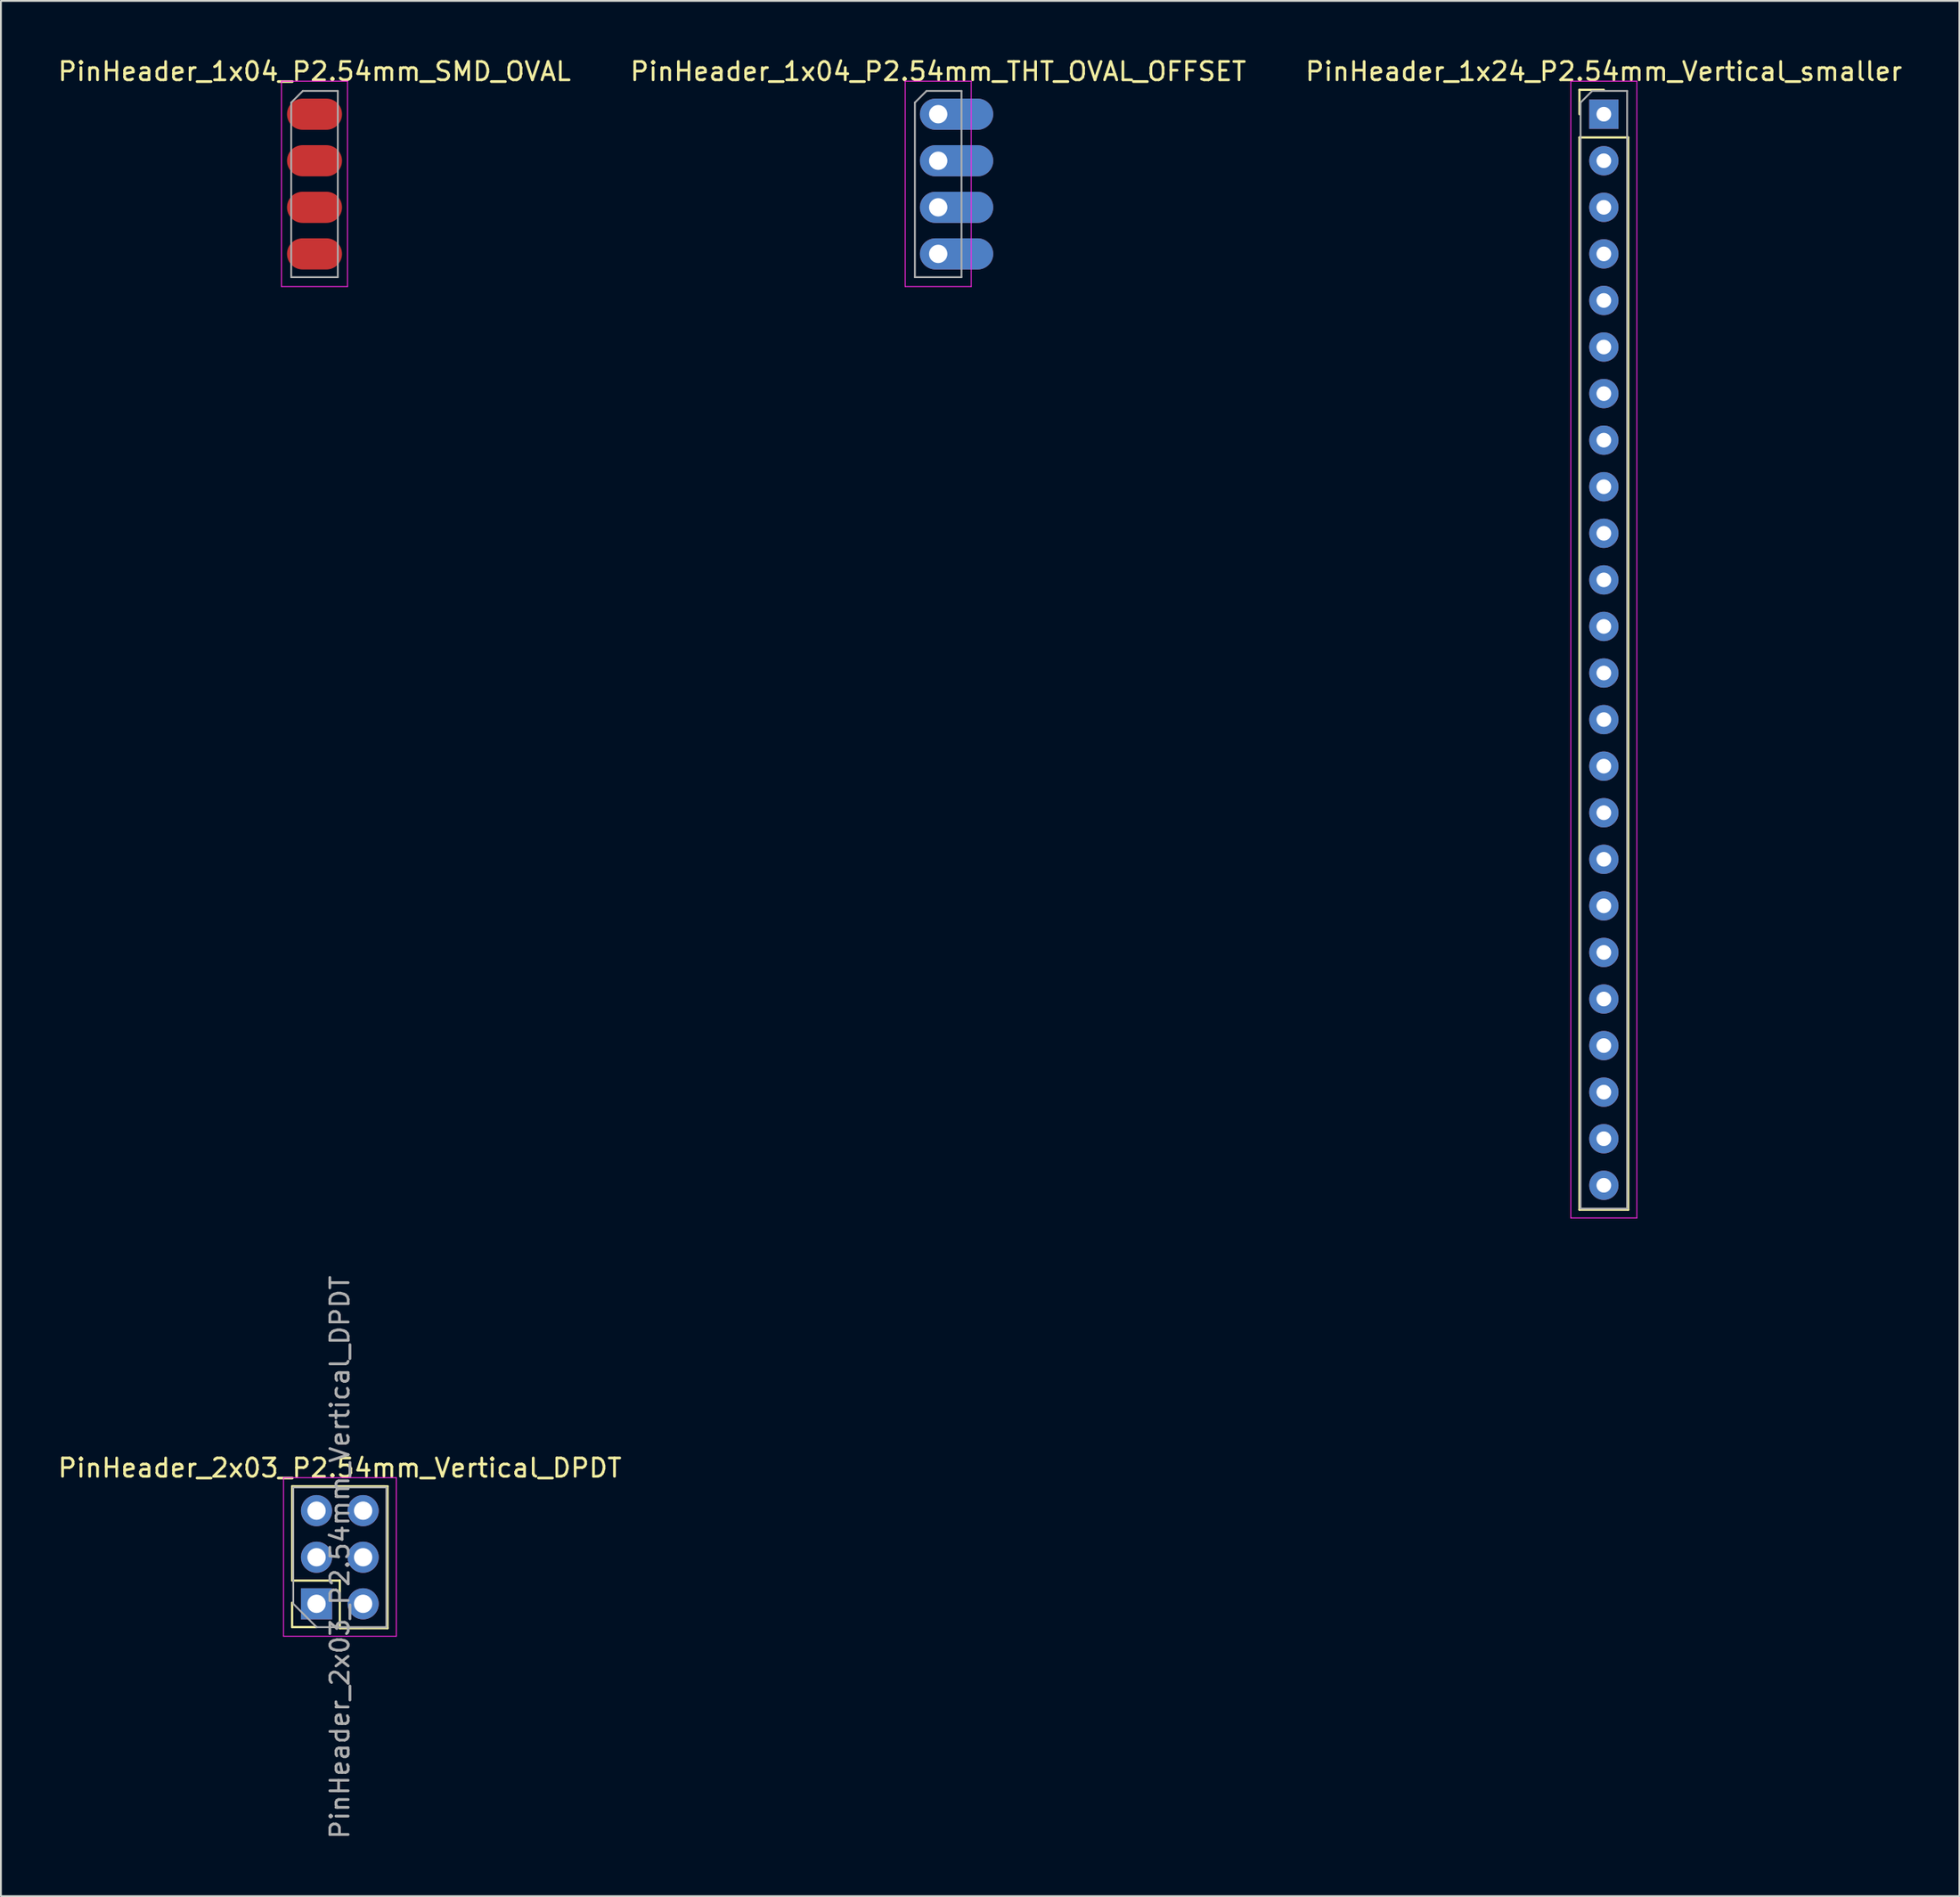
<source format=kicad_pcb>
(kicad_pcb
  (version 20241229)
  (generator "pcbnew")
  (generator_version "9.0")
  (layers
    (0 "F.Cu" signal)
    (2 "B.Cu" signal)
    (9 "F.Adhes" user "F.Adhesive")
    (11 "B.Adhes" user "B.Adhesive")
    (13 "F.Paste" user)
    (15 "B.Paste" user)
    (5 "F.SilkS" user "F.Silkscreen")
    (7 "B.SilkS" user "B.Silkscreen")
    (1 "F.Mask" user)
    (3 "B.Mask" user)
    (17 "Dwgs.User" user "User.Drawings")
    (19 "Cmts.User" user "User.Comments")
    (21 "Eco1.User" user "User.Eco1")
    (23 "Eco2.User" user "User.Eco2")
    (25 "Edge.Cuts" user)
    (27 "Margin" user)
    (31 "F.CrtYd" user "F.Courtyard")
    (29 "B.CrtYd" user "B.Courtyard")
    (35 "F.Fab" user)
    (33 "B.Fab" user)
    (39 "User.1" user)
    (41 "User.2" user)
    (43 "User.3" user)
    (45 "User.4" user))
  (footprint "PinHeader_1x24_P2.54mm_Vertical_smaller"
    (layer "F.Cu")
    (at 84.411 3.178)
    (property "Reference" "PinHeader_1x24_P2.54mm_Vertical_smaller" (at 0 -2.33 180) (layer "F.SilkS") (effects (font (size 1 1) (thickness 0.15))))
    (attr through_hole)
    (fp_line (start -1.33 -1.33) (end 0 -1.33) (stroke (width 0.12) (type solid)) (layer "F.SilkS"))
    (fp_line (start -1.33 0) (end -1.33 -1.33) (stroke (width 0.12) (type solid)) (layer "F.SilkS"))
    (fp_line (start -1.33 1.27) (end -1.33 59.75) (stroke (width 0.12) (type solid)) (layer "F.SilkS"))
    (fp_line (start -1.33 1.27) (end 1.33 1.27) (stroke (width 0.12) (type solid)) (layer "F.SilkS"))
    (fp_line (start -1.33 59.75) (end 1.33 59.75) (stroke (width 0.12) (type solid)) (layer "F.SilkS"))
    (fp_line (start 1.33 1.27) (end 1.33 59.75) (stroke (width 0.12) (type solid)) (layer "F.SilkS"))
    (fp_line (start -1.8 -1.8) (end -1.8 60.2) (stroke (width 0.05) (type solid)) (layer "F.CrtYd"))
    (fp_line (start -1.8 60.2) (end 1.8 60.2) (stroke (width 0.05) (type solid)) (layer "F.CrtYd"))
    (fp_line (start 1.8 -1.8) (end -1.8 -1.8) (stroke (width 0.05) (type solid)) (layer "F.CrtYd"))
    (fp_line (start 1.8 60.2) (end 1.8 -1.8) (stroke (width 0.05) (type solid)) (layer "F.CrtYd"))
    (fp_line (start -1.27 -0.635) (end -0.635 -1.27) (stroke (width 0.1) (type solid)) (layer "F.Fab"))
    (fp_line (start -1.27 59.69) (end -1.27 -0.635) (stroke (width 0.1) (type solid)) (layer "F.Fab"))
    (fp_line (start -0.635 -1.27) (end 1.27 -1.27) (stroke (width 0.1) (type solid)) (layer "F.Fab"))
    (fp_line (start 1.27 -1.27) (end 1.27 59.69) (stroke (width 0.1) (type solid)) (layer "F.Fab"))
    (fp_line (start 1.27 59.69) (end -1.27 59.69) (stroke (width 0.1) (type solid)) (layer "F.Fab"))
    (pad "1" thru_hole rect (at 0 0) (size 1.6 1.6) (drill 0.8) (layers "*.Cu" "*.Mask"))
    (pad "2" thru_hole oval (at 0 2.54) (size 1.6 1.6) (drill 0.8) (layers "*.Cu" "*.Mask"))
    (pad "3" thru_hole oval (at 0 5.08) (size 1.6 1.6) (drill 0.8) (layers "*.Cu" "*.Mask"))
    (pad "4" thru_hole oval (at 0 7.62) (size 1.6 1.6) (drill 0.8) (layers "*.Cu" "*.Mask"))
    (pad "5" thru_hole oval (at 0 10.16) (size 1.6 1.6) (drill 0.8) (layers "*.Cu" "*.Mask"))
    (pad "6" thru_hole oval (at 0 12.7) (size 1.6 1.6) (drill 0.8) (layers "*.Cu" "*.Mask"))
    (pad "7" thru_hole oval (at 0 15.24) (size 1.6 1.6) (drill 0.8) (layers "*.Cu" "*.Mask"))
    (pad "8" thru_hole oval (at 0 17.78) (size 1.6 1.6) (drill 0.8) (layers "*.Cu" "*.Mask"))
    (pad "9" thru_hole oval (at 0 20.32) (size 1.6 1.6) (drill 0.8) (layers "*.Cu" "*.Mask"))
    (pad "10" thru_hole oval (at 0 22.86) (size 1.6 1.6) (drill 0.8) (layers "*.Cu" "*.Mask"))
    (pad "11" thru_hole oval (at 0 25.4) (size 1.6 1.6) (drill 0.8) (layers "*.Cu" "*.Mask"))
    (pad "12" thru_hole oval (at 0 27.94) (size 1.6 1.6) (drill 0.8) (layers "*.Cu" "*.Mask"))
    (pad "13" thru_hole oval (at 0 30.48) (size 1.6 1.6) (drill 0.8) (layers "*.Cu" "*.Mask"))
    (pad "14" thru_hole oval (at 0 33.02) (size 1.6 1.6) (drill 0.8) (layers "*.Cu" "*.Mask"))
    (pad "15" thru_hole oval (at 0 35.56) (size 1.6 1.6) (drill 0.8) (layers "*.Cu" "*.Mask"))
    (pad "16" thru_hole oval (at 0 38.1) (size 1.6 1.6) (drill 0.8) (layers "*.Cu" "*.Mask"))
    (pad "17" thru_hole oval (at 0 40.64) (size 1.6 1.6) (drill 0.8) (layers "*.Cu" "*.Mask"))
    (pad "18" thru_hole oval (at 0 43.18) (size 1.6 1.6) (drill 0.8) (layers "*.Cu" "*.Mask"))
    (pad "19" thru_hole oval (at 0 45.72) (size 1.6 1.6) (drill 0.8) (layers "*.Cu" "*.Mask"))
    (pad "20" thru_hole oval (at 0 48.26) (size 1.6 1.6) (drill 0.8) (layers "*.Cu" "*.Mask"))
    (pad "21" thru_hole oval (at 0 50.8) (size 1.6 1.6) (drill 0.8) (layers "*.Cu" "*.Mask"))
    (pad "22" thru_hole oval (at 0 53.34) (size 1.6 1.6) (drill 0.8) (layers "*.Cu" "*.Mask"))
    (pad "23" thru_hole oval (at 0 55.88) (size 1.6 1.6) (drill 0.8) (layers "*.Cu" "*.Mask"))
    (pad "24" thru_hole oval (at 0 58.42) (size 1.6 1.6) (drill 0.8) (layers "*.Cu" "*.Mask")))
  (footprint "PinHeader_1x04_P2.54mm_SMD_OVAL"
    (layer "F.Cu")
    (at 14.101 3.178)
    (property "Reference" "PinHeader_1x04_P2.54mm_SMD_OVAL" (at 0 -2.33 0) (layer "F.SilkS") (effects (font (size 1 1) (thickness 0.15))))
    (attr through_hole)
    (fp_line (start -1.8 -1.8) (end -1.8 9.4) (stroke (width 0.05) (type solid)) (layer "F.CrtYd"))
    (fp_line (start -1.8 9.4) (end 1.8 9.4) (stroke (width 0.05) (type solid)) (layer "F.CrtYd"))
    (fp_line (start 1.8 -1.8) (end -1.8 -1.8) (stroke (width 0.05) (type solid)) (layer "F.CrtYd"))
    (fp_line (start 1.8 9.4) (end 1.8 -1.8) (stroke (width 0.05) (type solid)) (layer "F.CrtYd"))
    (fp_line (start -1.27 -0.635) (end -0.635 -1.27) (stroke (width 0.1) (type solid)) (layer "F.Fab"))
    (fp_line (start -1.27 8.89) (end -1.27 -0.635) (stroke (width 0.1) (type solid)) (layer "F.Fab"))
    (fp_line (start -0.635 -1.27) (end 1.27 -1.27) (stroke (width 0.1) (type solid)) (layer "F.Fab"))
    (fp_line (start 1.27 -1.27) (end 1.27 8.89) (stroke (width 0.1) (type solid)) (layer "F.Fab"))
    (fp_line (start 1.27 8.89) (end -1.27 8.89) (stroke (width 0.1) (type solid)) (layer "F.Fab"))
    (pad "1" smd oval (at 0 0) (size 3 1.7) (layers "F.Cu" "F.Mask" "F.Paste"))
    (pad "2" smd oval (at 0 2.54) (size 3 1.7) (layers "F.Cu" "F.Mask" "F.Paste"))
    (pad "3" smd oval (at 0 5.08) (size 3 1.7) (layers "F.Cu" "F.Mask" "F.Paste"))
    (pad "4" smd oval (at 0 7.62) (size 3 1.7) (layers "F.Cu" "F.Mask" "F.Paste")))
  (footprint "PinHeader_2x03_P2.54mm_Vertical_DPDT"
    (layer "F.Cu")
    (at 14.212 79.345)
    (property "Reference" "PinHeader_2x03_P2.54mm_Vertical_DPDT" (at 1.27 -2.33 0) (layer "F.SilkS") (effects (font (size 1 1) (thickness 0.15))))
    (attr through_hole)
    (fp_line (start -1.333 6.35) (end -1.333 5.02) (stroke (width 0.12) (type solid)) (layer "F.SilkS"))
    (fp_line (start -1.33 -1.333) (end -1.33 3.807) (stroke (width 0.12) (type solid)) (layer "F.SilkS"))
    (fp_line (start -1.33 -1.333) (end 3.87 -1.33) (stroke (width 0.12) (type solid)) (layer "F.SilkS"))
    (fp_line (start -1.33 3.813) (end 1.27 3.813) (stroke (width 0.12) (type solid)) (layer "F.SilkS"))
    (fp_line (start -1.33 6.35) (end 0 6.35) (stroke (width 0.12) (type solid)) (layer "F.SilkS"))
    (fp_line (start 1.27 6.413) (end 1.27 3.813) (stroke (width 0.12) (type solid)) (layer "F.SilkS"))
    (fp_line (start 1.27 6.413) (end 3.87 6.41) (stroke (width 0.12) (type solid)) (layer "F.SilkS"))
    (fp_line (start 3.87 -1.33) (end 3.87 6.41) (stroke (width 0.12) (type solid)) (layer "F.SilkS"))
    (fp_line (start -1.8 -1.8) (end -1.8 6.85) (stroke (width 0.05) (type solid)) (layer "F.CrtYd"))
    (fp_line (start -1.8 6.85) (end 4.35 6.85) (stroke (width 0.05) (type solid)) (layer "F.CrtYd"))
    (fp_line (start 4.35 -1.8) (end -1.8 -1.8) (stroke (width 0.05) (type solid)) (layer "F.CrtYd"))
    (fp_line (start 4.35 6.85) (end 4.35 -1.8) (stroke (width 0.05) (type solid)) (layer "F.CrtYd"))
    (fp_line (start -1.27 -1.27) (end 3.81 -1.27) (stroke (width 0.1) (type solid)) (layer "F.Fab"))
    (fp_line (start -1.27 5.08) (end -1.27 -1.27) (stroke (width 0.1) (type solid)) (layer "F.Fab"))
    (fp_line (start 0 6.35) (end -1.27 5.08) (stroke (width 0.1) (type solid)) (layer "F.Fab"))
    (fp_line (start 3.81 -1.27) (end 3.81 6.35) (stroke (width 0.1) (type solid)) (layer "F.Fab"))
    (fp_line (start 3.81 6.35) (end 0 6.35) (stroke (width 0.1) (type solid)) (layer "F.Fab"))
    (fp_text user "${REFERENCE}" (at 1.27 2.54 90) (layer "F.Fab") (effects (font (size 1 1) (thickness 0.15))))
    (pad "1" thru_hole rect (at 0 5.08) (size 1.7 1.7) (drill 1) (layers "*.Cu" "*.Mask"))
    (pad "2" thru_hole oval (at 0 2.54) (size 1.7 1.7) (drill 1) (layers "*.Cu" "*.Mask"))
    (pad "3" thru_hole circle (at 0 0) (size 1.7 1.7) (drill 1) (layers "*.Cu" "*.Mask"))
    (pad "4" thru_hole oval (at 2.54 5.08) (size 1.7 1.7) (drill 1) (layers "*.Cu" "*.Mask"))
    (pad "5" thru_hole oval (at 2.54 2.54) (size 1.7 1.7) (drill 1) (layers "*.Cu" "*.Mask"))
    (pad "6" thru_hole oval (at 2.54 0) (size 1.7 1.7) (drill 1) (layers "*.Cu" "*.Mask")))
  (footprint "PinHeader_1x04_P2.54mm_THT_OVAL_OFFSET"
    (layer "F.Cu")
    (at 48.113 3.178)
    (property "Reference" "PinHeader_1x04_P2.54mm_THT_OVAL_OFFSET" (at 0 -2.33 0) (layer "F.SilkS") (effects (font (size 1 1) (thickness 0.15))))
    (attr through_hole)
    (fp_line (start -1.8 -1.8) (end -1.8 9.4) (stroke (width 0.05) (type solid)) (layer "F.CrtYd"))
    (fp_line (start -1.8 9.4) (end 1.8 9.4) (stroke (width 0.05) (type solid)) (layer "F.CrtYd"))
    (fp_line (start 1.8 -1.8) (end -1.8 -1.8) (stroke (width 0.05) (type solid)) (layer "F.CrtYd"))
    (fp_line (start 1.8 9.4) (end 1.8 -1.8) (stroke (width 0.05) (type solid)) (layer "F.CrtYd"))
    (fp_line (start -1.27 -0.635) (end -0.635 -1.27) (stroke (width 0.1) (type solid)) (layer "F.Fab"))
    (fp_line (start -1.27 8.89) (end -1.27 -0.635) (stroke (width 0.1) (type solid)) (layer "F.Fab"))
    (fp_line (start -0.635 -1.27) (end 1.27 -1.27) (stroke (width 0.1) (type solid)) (layer "F.Fab"))
    (fp_line (start 1.27 -1.27) (end 1.27 8.89) (stroke (width 0.1) (type solid)) (layer "F.Fab"))
    (fp_line (start 1.27 8.89) (end -1.27 8.89) (stroke (width 0.1) (type solid)) (layer "F.Fab"))
    (pad "1" thru_hole oval (at 0 0) (size 4 1.7) (drill 1 (offset 1 0)) (layers "*.Cu" "*.Mask"))
    (pad "2" thru_hole oval (at 0 2.54) (size 4 1.7) (drill 1 (offset 1 0)) (layers "*.Cu" "*.Mask"))
    (pad "3" thru_hole oval (at 0 5.08) (size 4 1.7) (drill 1 (offset 1 0)) (layers "*.Cu" "*.Mask"))
    (pad "4" thru_hole oval (at 0 7.62) (size 4 1.7) (drill 1 (offset 1 0)) (layers "*.Cu" "*.Mask")))
  (gr_rect
    (start -3 -3)
    (end 103.798 100.368)
    (stroke (width 0.1) (type default))
    (fill no)
    (layer "Edge.Cuts")))
</source>
